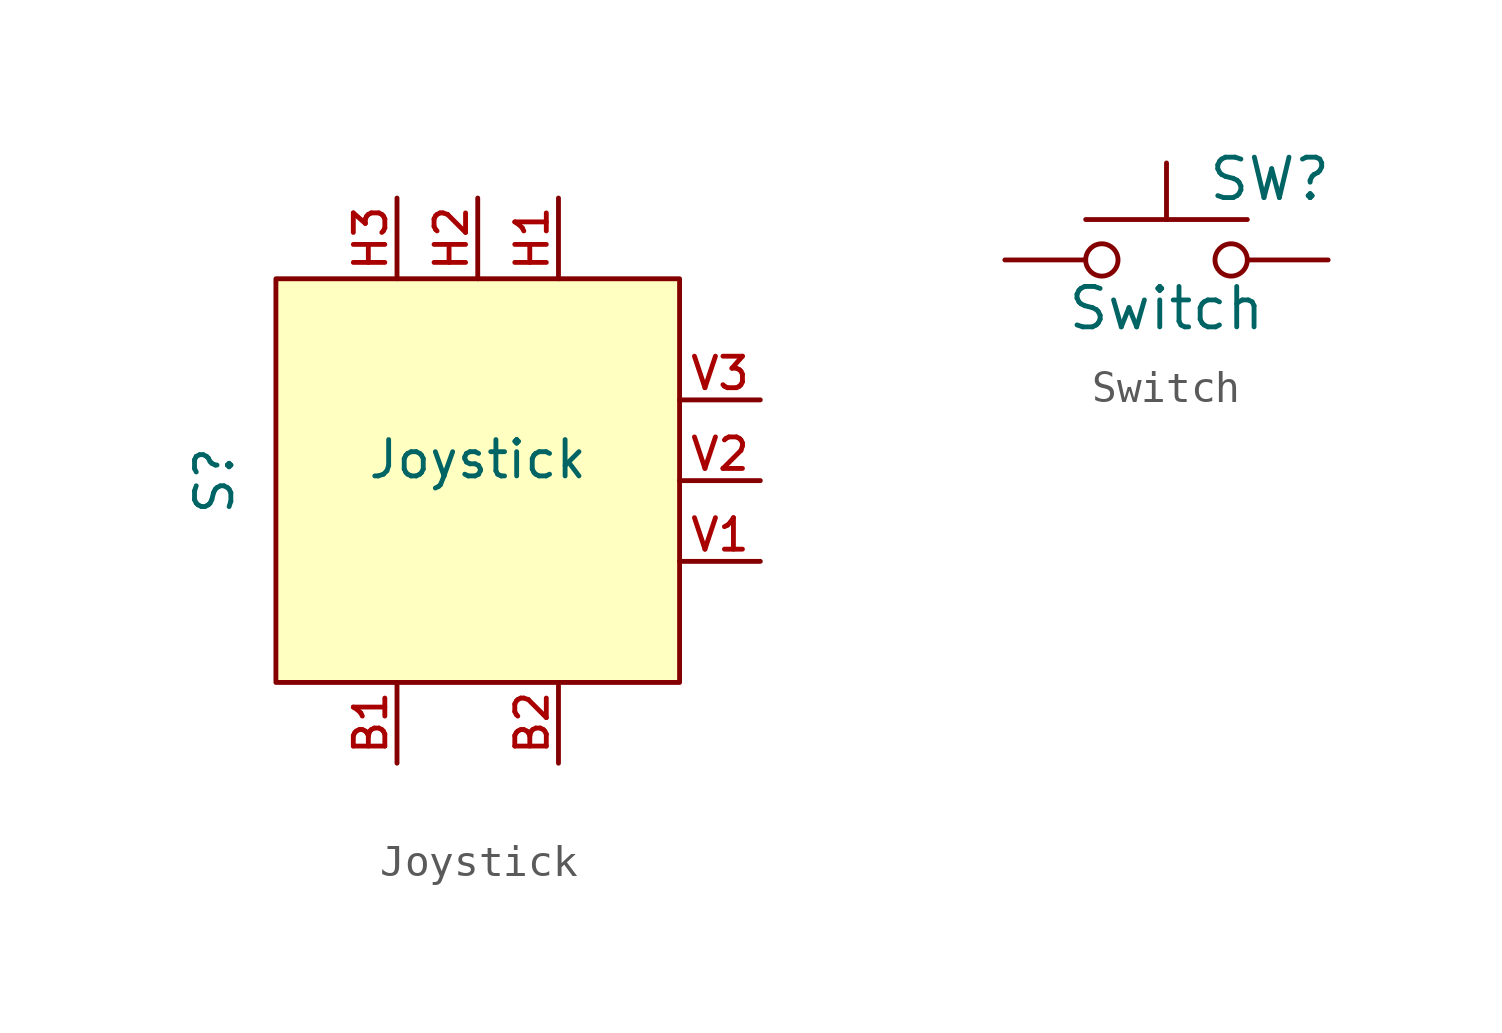
<source format=kicad_sym>
(kicad_symbol_lib
  (version 20231120)
  (generator "kicad_symbol_editor")
  (generator_version "8.0")
  (symbol "Joystick"
    (pin_names
      (offset 1.016) hide)
    (property "Reference" "S"
      (at -7.62 0 90)
      (effects (font (size 1.143 1.143)) (justify bottom)))
    (property "Value" "Joystick"
      (at 0 0 0)
      (effects (font (size 1.143 1.143)) (justify bottom)))
    (symbol "Joystick_0_1"
      (rectangle (start -6.35 6.35) (end 6.35 -6.35) (stroke (width 0) (type solid)) (fill (type background)))
      (pin passive line (at -2.54 -8.89 90) (length 2.54) (name "B1" (effects (font (size 0.991 0.991)))) (number "B1" (effects (font (size 0.991 0.991)))))
      (pin passive line (at 2.54 -8.89 90) (length 2.54) (name "B2" (effects (font (size 0.991 0.991)))) (number "B2" (effects (font (size 0.991 0.991)))))
      (pin passive line (at 2.54 8.89 270) (length 2.54) (name "H1" (effects (font (size 0.991 0.991)))) (number "H1" (effects (font (size 0.991 0.991)))))
      (pin passive line (at 0 8.89 270) (length 2.54) (name "H2" (effects (font (size 0.991 0.991)))) (number "H2" (effects (font (size 0.991 0.991)))))
      (pin passive line (at -2.54 8.89 270) (length 2.54) (name "H3" (effects (font (size 0.991 0.991)))) (number "H3" (effects (font (size 0.991 0.991)))))
      (pin passive line (at 8.89 -2.54 180) (length 2.54) (name "V1" (effects (font (size 0.991 0.991)))) (number "V1" (effects (font (size 0.991 0.991)))))
      (pin passive line (at 8.89 0 180) (length 2.54) (name "V2" (effects (font (size 0.991 0.991)))) (number "V2" (effects (font (size 0.991 0.991)))))
      (pin passive line (at 8.89 2.54 180) (length 2.54) (name "V3" (effects (font (size 0.991 0.991)))) (number "V3" (effects (font (size 0.991 0.991)))))))
  (symbol "Switch"
    (pin_numbers hide)
    (pin_names
      (offset 1.016) hide)
    (property "Reference" "SW"
      (at 1.27 2.54 0)
      (effects (font (size 1.27 1.27)) (justify left)))
    (property "Value" "Switch"
      (at 0 -1.524 0)
      (effects (font (size 1.27 1.27))))
    (symbol "Switch_0_1"
      (circle (center -2.032 0) (radius 0.508) (stroke (width 0) (type solid)) (fill (type none)))
      (polyline (pts (xy 0 1.27) (xy 0 3.048)) (stroke (width 0) (type solid)) (fill (type none)))
      (polyline (pts (xy 2.54 1.27) (xy -2.54 1.27)) (stroke (width 0) (type solid)) (fill (type none)))
      (circle (center 2.032 0) (radius 0.508) (stroke (width 0) (type solid)) (fill (type none)))
      (pin passive line (at -5.08 0 0) (length 2.54) (name "1" (effects (font (size 1.27 1.27)))) (number "1" (effects (font (size 1.27 1.27)))))
      (pin passive line (at 5.08 0 180) (length 2.54) (name "2" (effects (font (size 1.27 1.27)))) (number "2" (effects (font (size 1.27 1.27))))))))
</source>
